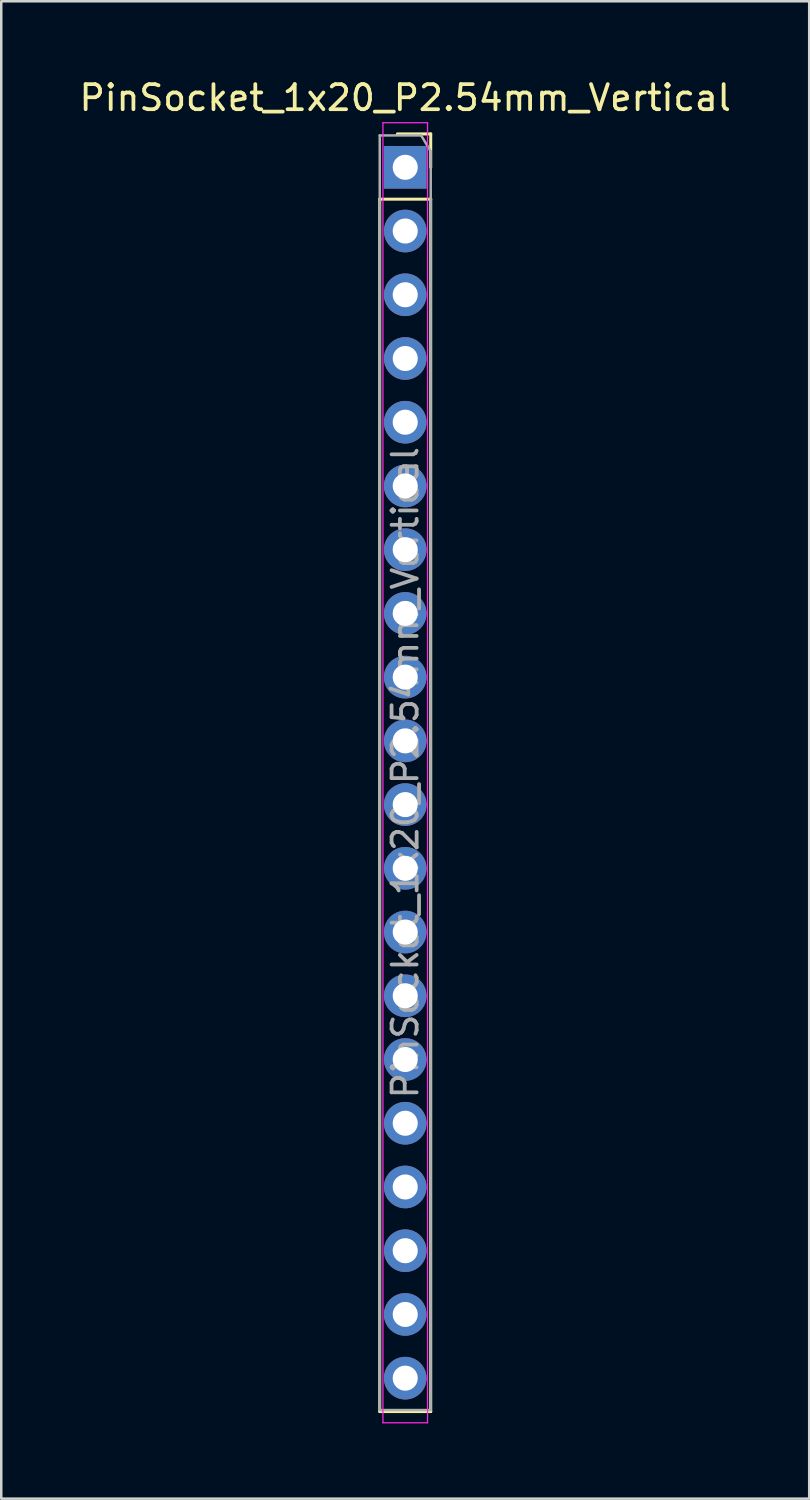
<source format=kicad_pcb>
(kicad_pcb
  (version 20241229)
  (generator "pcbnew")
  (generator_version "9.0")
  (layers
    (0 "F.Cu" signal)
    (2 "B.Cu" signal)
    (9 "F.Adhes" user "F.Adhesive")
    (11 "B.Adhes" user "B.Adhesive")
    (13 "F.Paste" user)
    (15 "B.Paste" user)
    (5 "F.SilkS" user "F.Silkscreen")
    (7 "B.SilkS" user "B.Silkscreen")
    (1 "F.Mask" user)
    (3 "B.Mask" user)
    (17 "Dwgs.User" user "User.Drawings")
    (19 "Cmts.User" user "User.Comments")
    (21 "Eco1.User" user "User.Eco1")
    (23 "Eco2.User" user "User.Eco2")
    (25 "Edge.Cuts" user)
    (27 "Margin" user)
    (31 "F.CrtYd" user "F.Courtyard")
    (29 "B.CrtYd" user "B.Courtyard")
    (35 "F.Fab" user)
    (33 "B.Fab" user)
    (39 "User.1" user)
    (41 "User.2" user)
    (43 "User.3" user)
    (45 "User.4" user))
  (footprint "PinSocket_1x20_P2.54mm_Vertical"
    (layer "F.Cu")
    (at 13.101 3.618)
    (property "Reference" "PinSocket_1x20_P2.54mm_Vertical" (at 0 -2.77 0) (layer "F.SilkS") (effects (font (size 1 1) (thickness 0.15))))
    (attr through_hole)
    (fp_line (start -1.016 1.27) (end -1.016 49.59) (stroke (width 0.12) (type solid)) (layer "F.SilkS"))
    (fp_line (start -1.016 1.27) (end 1.016 1.27) (stroke (width 0.12) (type solid)) (layer "F.SilkS"))
    (fp_line (start -1.016 49.59) (end 1.016 49.59) (stroke (width 0.12) (type solid)) (layer "F.SilkS"))
    (fp_line (start -0.314 -1.33) (end 1.016 -1.33) (stroke (width 0.12) (type solid)) (layer "F.SilkS"))
    (fp_line (start 1.016 -1.33) (end 1.016 0) (stroke (width 0.12) (type solid)) (layer "F.SilkS"))
    (fp_line (start 1.016 1.27) (end 1.016 49.59) (stroke (width 0.12) (type solid)) (layer "F.SilkS"))
    (fp_line (start -0.889 -1.778) (end 0.889 -1.778) (stroke (width 0.05) (type solid)) (layer "F.CrtYd"))
    (fp_line (start -0.889 50.038) (end -0.889 -1.778) (stroke (width 0.05) (type solid)) (layer "F.CrtYd"))
    (fp_line (start 0.889 -1.778) (end 0.889 50.038) (stroke (width 0.05) (type solid)) (layer "F.CrtYd"))
    (fp_line (start 0.889 50.038) (end -0.889 50.038) (stroke (width 0.05) (type solid)) (layer "F.CrtYd"))
    (fp_line (start -1.016 -1.27) (end 0.635 -1.27) (stroke (width 0.1) (type solid)) (layer "F.Fab"))
    (fp_line (start -1.016 49.53) (end -1.016 -1.27) (stroke (width 0.1) (type solid)) (layer "F.Fab"))
    (fp_line (start 0.635 -1.27) (end 1.016 -0.635) (stroke (width 0.1) (type solid)) (layer "F.Fab"))
    (fp_line (start 1.016 -0.635) (end 1.016 49.53) (stroke (width 0.1) (type solid)) (layer "F.Fab"))
    (fp_line (start 1.016 49.53) (end -1.016 49.53) (stroke (width 0.1) (type solid)) (layer "F.Fab"))
    (fp_text user "${REFERENCE}" (at 0 24.13 90) (layer "F.Fab") (effects (font (size 1 1) (thickness 0.15))))
    (pad "1" thru_hole rect (at 0 0) (size 1.7 1.7) (drill 1) (layers "*.Cu" "*.Mask"))
    (pad "2" thru_hole oval (at 0 2.54) (size 1.7 1.7) (drill 1) (layers "*.Cu" "*.Mask"))
    (pad "3" thru_hole oval (at 0 5.08) (size 1.7 1.7) (drill 1) (layers "*.Cu" "*.Mask"))
    (pad "4" thru_hole oval (at 0 7.62) (size 1.7 1.7) (drill 1) (layers "*.Cu" "*.Mask"))
    (pad "5" thru_hole oval (at 0 10.16) (size 1.7 1.7) (drill 1) (layers "*.Cu" "*.Mask"))
    (pad "6" thru_hole oval (at 0 12.7) (size 1.7 1.7) (drill 1) (layers "*.Cu" "*.Mask"))
    (pad "7" thru_hole oval (at 0 15.24) (size 1.7 1.7) (drill 1) (layers "*.Cu" "*.Mask"))
    (pad "8" thru_hole oval (at 0 17.78) (size 1.7 1.7) (drill 1) (layers "*.Cu" "*.Mask"))
    (pad "9" thru_hole oval (at 0 20.32) (size 1.7 1.7) (drill 1) (layers "*.Cu" "*.Mask"))
    (pad "10" thru_hole oval (at 0 22.86) (size 1.7 1.7) (drill 1) (layers "*.Cu" "*.Mask"))
    (pad "11" thru_hole oval (at 0 25.4) (size 1.7 1.7) (drill 1) (layers "*.Cu" "*.Mask"))
    (pad "12" thru_hole oval (at 0 27.94) (size 1.7 1.7) (drill 1) (layers "*.Cu" "*.Mask"))
    (pad "13" thru_hole oval (at 0 30.48) (size 1.7 1.7) (drill 1) (layers "*.Cu" "*.Mask"))
    (pad "14" thru_hole oval (at 0 33.02) (size 1.7 1.7) (drill 1) (layers "*.Cu" "*.Mask"))
    (pad "15" thru_hole oval (at 0 35.56) (size 1.7 1.7) (drill 1) (layers "*.Cu" "*.Mask"))
    (pad "16" thru_hole oval (at 0 38.1) (size 1.7 1.7) (drill 1) (layers "*.Cu" "*.Mask"))
    (pad "17" thru_hole oval (at 0 40.64) (size 1.7 1.7) (drill 1) (layers "*.Cu" "*.Mask"))
    (pad "18" thru_hole oval (at 0 43.18) (size 1.7 1.7) (drill 1) (layers "*.Cu" "*.Mask"))
    (pad "19" thru_hole oval (at 0 45.72) (size 1.7 1.7) (drill 1) (layers "*.Cu" "*.Mask"))
    (pad "20" thru_hole oval (at 0 48.26) (size 1.7 1.7) (drill 1) (layers "*.Cu" "*.Mask")))
  (gr_rect
    (start -3 -3)
    (end 29.202 56.681)
    (stroke (width 0.1) (type default))
    (fill no)
    (layer "Edge.Cuts")))
</source>
